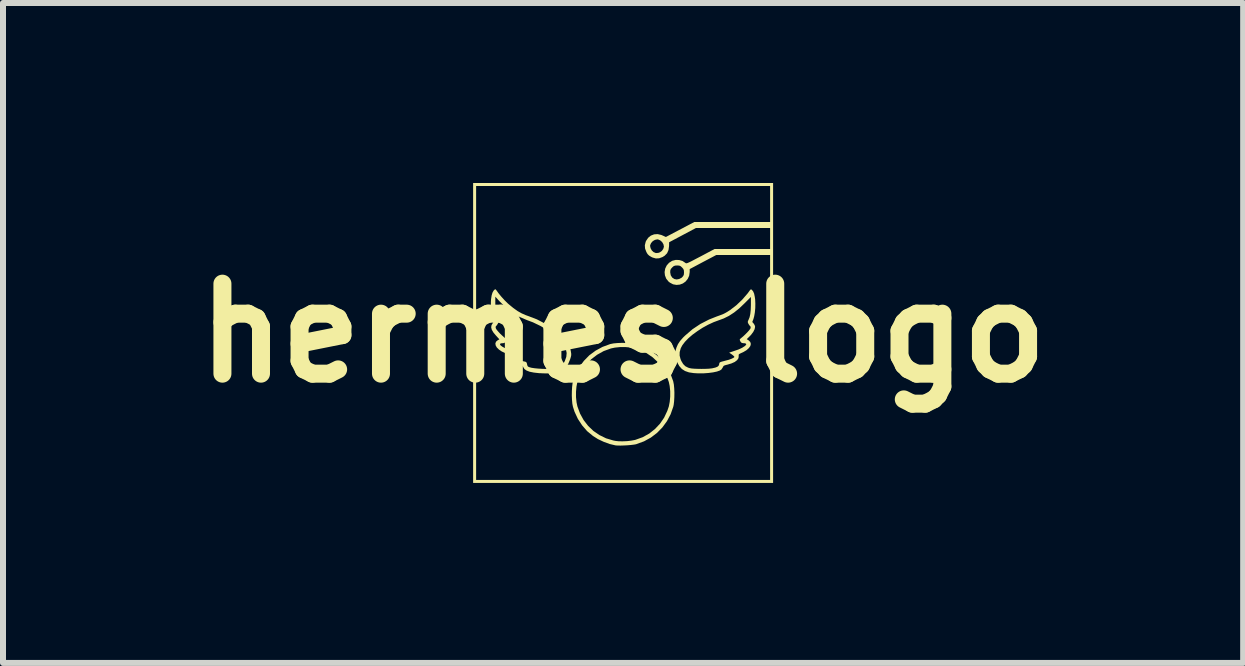
<source format=kicad_pcb>
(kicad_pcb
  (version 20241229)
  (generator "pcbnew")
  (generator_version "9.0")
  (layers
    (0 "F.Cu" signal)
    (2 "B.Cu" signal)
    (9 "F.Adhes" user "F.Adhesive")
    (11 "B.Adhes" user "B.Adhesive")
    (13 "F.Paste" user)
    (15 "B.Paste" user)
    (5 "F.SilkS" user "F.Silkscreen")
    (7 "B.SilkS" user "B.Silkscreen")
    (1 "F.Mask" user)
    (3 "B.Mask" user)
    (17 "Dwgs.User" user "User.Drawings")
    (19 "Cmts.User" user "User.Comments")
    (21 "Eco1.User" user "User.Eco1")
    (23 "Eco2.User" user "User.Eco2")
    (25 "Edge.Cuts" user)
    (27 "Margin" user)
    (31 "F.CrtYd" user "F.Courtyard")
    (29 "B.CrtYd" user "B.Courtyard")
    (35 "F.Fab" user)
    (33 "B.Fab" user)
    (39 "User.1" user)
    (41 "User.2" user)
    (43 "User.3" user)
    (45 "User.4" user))
  (footprint "hermes logo"
    (layer "F.Cu")
    (at 7.336 2.5)
    (property "Reference" "hermes logo" (at 0 0 0) (layer "F.SilkS") (effects (font (size 1.5 1.5) (thickness 0.3))))
    (attr board_only exclude_from_pos_files exclude_from_bom)
    (fp_poly (pts (xy 0.049 0.166) (xy 0.119 0.17) (xy 0.179 0.177) (xy 0.21 0.184) (xy 0.336 0.228) (xy 0.452 0.29) (xy 0.556 0.367) (xy 0.648 0.457) (xy 0.725 0.561) (xy 0.788 0.677) (xy 0.834 0.802) (xy 0.836 0.81) (xy 0.846 0.86) (xy 0.852 0.924) (xy 0.855 0.995) (xy 0.854 1.069) (xy 0.85 1.139) (xy 0.843 1.199) (xy 0.836 1.23) (xy 0.792 1.355) (xy 0.731 1.47) (xy 0.655 1.574) (xy 0.565 1.666) (xy 0.462 1.744) (xy 0.349 1.806) (xy 0.226 1.851) (xy 0.215 1.855) (xy 0.18 1.861) (xy 0.131 1.867) (xy 0.074 1.872) (xy 0.014 1.875) (xy -0.043 1.877) (xy -0.092 1.876) (xy -0.125 1.874) (xy -0.223 1.851) (xy -0.324 1.814) (xy -0.421 1.768) (xy -0.503 1.716) (xy -0.6 1.636) (xy -0.683 1.54) (xy -0.754 1.432) (xy -0.809 1.314) (xy -0.836 1.23) (xy -0.846 1.18) (xy -0.852 1.116) (xy -0.855 1.045) (xy -0.854 0.98) (xy -0.785 0.98) (xy -0.785 1.07) (xy -0.776 1.157) (xy -0.762 1.223) (xy -0.718 1.343) (xy -0.658 1.452) (xy -0.583 1.549) (xy -0.495 1.633) (xy -0.394 1.702) (xy -0.284 1.756) (xy -0.163 1.792) (xy -0.128 1.799) (xy -0.074 1.805) (xy -0.008 1.806) (xy 0.064 1.803) (xy 0.133 1.795) (xy 0.193 1.784) (xy 0.208 1.78) (xy 0.327 1.737) (xy 0.435 1.677) (xy 0.531 1.601) (xy 0.615 1.512) (xy 0.684 1.411) (xy 0.737 1.298) (xy 0.762 1.225) (xy 0.777 1.148) (xy 0.785 1.06) (xy 0.785 0.97) (xy 0.776 0.883) (xy 0.762 0.817) (xy 0.718 0.696) (xy 0.657 0.587) (xy 0.582 0.489) (xy 0.493 0.406) (xy 0.391 0.336) (xy 0.278 0.282) (xy 0.205 0.258) (xy 0.128 0.243) (xy 0.04 0.235) (xy -0.05 0.235) (xy -0.137 0.244) (xy -0.203 0.258) (xy -0.324 0.302) (xy -0.433 0.363) (xy -0.531 0.438) (xy -0.614 0.527) (xy -0.684 0.629) (xy -0.738 0.742) (xy -0.762 0.815) (xy -0.777 0.892) (xy -0.785 0.98) (xy -0.854 0.98) (xy -0.854 0.971) (xy -0.85 0.901) (xy -0.843 0.841) (xy -0.836 0.81) (xy -0.792 0.684) (xy -0.73 0.568) (xy -0.653 0.464) (xy -0.563 0.372) (xy -0.459 0.295) (xy -0.343 0.232) (xy -0.218 0.186) (xy -0.21 0.184) (xy -0.16 0.174) (xy -0.096 0.168) (xy -0.025 0.165)) (stroke (width 0) (type solid)) (fill yes) (layer "F.SilkS"))
    (fp_poly (pts (xy 2.5 0) (xy 2.5 2.5) (xy 0 2.5) (xy -2.5 2.5) (xy -2.5 0) (xy -2.45 0) (xy -2.45 2.45) (xy 0 2.45) (xy 2.45 2.45) (xy 2.45 0.575) (xy 2.45 -1.3) (xy 2.002 -1.3) (xy 1.554 -1.3) (xy 1.332 -1.183) (xy 1.11 -1.065) (xy 1.11 -1.017) (xy 1.101 -0.954) (xy 1.077 -0.901) (xy 1.041 -0.857) (xy 0.996 -0.825) (xy 0.944 -0.806) (xy 0.889 -0.801) (xy 0.833 -0.811) (xy 0.78 -0.839) (xy 0.756 -0.858) (xy 0.718 -0.906) (xy 0.697 -0.961) (xy 0.692 -1.011) (xy 0.785 -1.011) (xy 0.794 -0.962) (xy 0.819 -0.923) (xy 0.855 -0.899) (xy 0.893 -0.892) (xy 0.935 -0.9) (xy 0.974 -0.92) (xy 0.984 -0.929) (xy 1.004 -0.953) (xy 1.013 -0.976) (xy 1.015 -1.009) (xy 1.015 -1.01) (xy 1.013 -1.043) (xy 1.004 -1.067) (xy 0.984 -1.09) (xy 0.982 -1.092) (xy 0.959 -1.113) (xy 0.935 -1.123) (xy 0.903 -1.125) (xy 0.9 -1.125) (xy 0.867 -1.123) (xy 0.843 -1.114) (xy 0.82 -1.094) (xy 0.818 -1.092) (xy 0.797 -1.068) (xy 0.787 -1.045) (xy 0.785 -1.012) (xy 0.785 -1.011) (xy 0.692 -1.011) (xy 0.692 -1.018) (xy 0.702 -1.074) (xy 0.727 -1.126) (xy 0.766 -1.17) (xy 0.818 -1.203) (xy 0.822 -1.204) (xy 0.877 -1.218) (xy 0.935 -1.216) (xy 0.99 -1.2) (xy 1.035 -1.17) (xy 1.035 -1.17) (xy 1.041 -1.165) (xy 1.049 -1.162) (xy 1.059 -1.162) (xy 1.074 -1.166) (xy 1.097 -1.176) (xy 1.129 -1.191) (xy 1.173 -1.214) (xy 1.23 -1.244) (xy 1.29 -1.275) (xy 1.525 -1.4) (xy 1.988 -1.4) (xy 2.45 -1.4) (xy 2.45 -1.575) (xy 2.45 -1.75) (xy 1.832 -1.75) (xy 1.214 -1.75) (xy 0.991 -1.631) (xy 0.767 -1.512) (xy 0.766 -1.449) (xy 0.757 -1.383) (xy 0.733 -1.329) (xy 0.693 -1.288) (xy 0.658 -1.266) (xy 0.601 -1.245) (xy 0.547 -1.242) (xy 0.492 -1.257) (xy 0.469 -1.268) (xy 0.433 -1.29) (xy 0.408 -1.315) (xy 0.388 -1.349) (xy 0.366 -1.407) (xy 0.363 -1.45) (xy 0.45 -1.45) (xy 0.458 -1.413) (xy 0.478 -1.376) (xy 0.506 -1.349) (xy 0.508 -1.348) (xy 0.546 -1.332) (xy 0.587 -1.335) (xy 0.614 -1.345) (xy 0.646 -1.368) (xy 0.669 -1.401) (xy 0.68 -1.436) (xy 0.68 -1.44) (xy 0.672 -1.479) (xy 0.65 -1.516) (xy 0.618 -1.544) (xy 0.583 -1.559) (xy 0.57 -1.56) (xy 0.531 -1.552) (xy 0.494 -1.53) (xy 0.466 -1.498) (xy 0.451 -1.463) (xy 0.45 -1.45) (xy 0.363 -1.45) (xy 0.362 -1.461) (xy 0.376 -1.519) (xy 0.383 -1.535) (xy 0.418 -1.587) (xy 0.463 -1.623) (xy 0.517 -1.644) (xy 0.576 -1.648) (xy 0.639 -1.633) (xy 0.655 -1.626) (xy 0.713 -1.6) (xy 0.95 -1.725) (xy 1.187 -1.85) (xy 1.818 -1.85) (xy 2.45 -1.85) (xy 2.45 -2.15) (xy 2.45 -2.45) (xy 0 -2.45) (xy -2.45 -2.45) (xy -2.45 0) (xy -2.5 0) (xy -2.5 -2.5) (xy 0 -2.5) (xy 2.5 -2.5)) (stroke (width 0) (type solid)) (fill yes) (layer "F.SilkS"))
    (fp_poly (pts (xy 2.138 -0.725) (xy 2.145 -0.72) (xy 2.167 -0.694) (xy 2.184 -0.655) (xy 2.195 -0.601) (xy 2.201 -0.559) (xy 2.204 -0.49) (xy 2.203 -0.416) (xy 2.196 -0.343) (xy 2.185 -0.279) (xy 2.172 -0.232) (xy 2.153 -0.183) (xy 2.177 -0.156) (xy 2.193 -0.13) (xy 2.2 -0.104) (xy 2.2 -0.103) (xy 2.192 -0.063) (xy 2.169 -0.017) (xy 2.133 0.031) (xy 2.111 0.054) (xy 2.061 0.103) (xy 2.093 0.124) (xy 2.12 0.151) (xy 2.129 0.183) (xy 2.121 0.217) (xy 2.096 0.252) (xy 2.057 0.287) (xy 2.003 0.319) (xy 1.965 0.336) (xy 1.939 0.349) (xy 1.927 0.36) (xy 1.926 0.375) (xy 1.927 0.385) (xy 1.923 0.42) (xy 1.9 0.453) (xy 1.861 0.483) (xy 1.805 0.508) (xy 1.735 0.529) (xy 1.729 0.53) (xy 1.696 0.539) (xy 1.677 0.548) (xy 1.666 0.563) (xy 1.661 0.575) (xy 1.639 0.608) (xy 1.614 0.625) (xy 1.564 0.643) (xy 1.498 0.657) (xy 1.421 0.667) (xy 1.337 0.673) (xy 1.25 0.673) (xy 1.179 0.669) (xy 1.098 0.657) (xy 1.032 0.634) (xy 0.979 0.6) (xy 0.936 0.551) (xy 0.9 0.486) (xy 0.9 0.485) (xy 0.878 0.432) (xy 0.867 0.39) (xy 0.867 0.376) (xy 0.942 0.376) (xy 0.957 0.435) (xy 0.97 0.466) (xy 1.001 0.518) (xy 1.037 0.554) (xy 1.084 0.578) (xy 1.109 0.586) (xy 1.142 0.592) (xy 1.189 0.596) (xy 1.246 0.598) (xy 1.308 0.599) (xy 1.369 0.598) (xy 1.425 0.596) (xy 1.471 0.591) (xy 1.485 0.589) (xy 1.537 0.577) (xy 1.572 0.563) (xy 1.592 0.546) (xy 1.601 0.523) (xy 1.602 0.518) (xy 1.604 0.503) (xy 1.61 0.493) (xy 1.623 0.485) (xy 1.647 0.477) (xy 1.686 0.467) (xy 1.696 0.464) (xy 1.761 0.447) (xy 1.81 0.429) (xy 1.843 0.412) (xy 1.855 0.401) (xy 1.85 0.39) (xy 1.833 0.374) (xy 1.814 0.359) (xy 1.768 0.328) (xy 1.851 0.3) (xy 1.927 0.274) (xy 1.984 0.247) (xy 2.026 0.22) (xy 2.038 0.21) (xy 2.053 0.191) (xy 2.048 0.178) (xy 2.024 0.171) (xy 2.003 0.17) (xy 1.978 0.166) (xy 1.961 0.15) (xy 1.954 0.139) (xy 1.945 0.118) (xy 1.945 0.105) (xy 1.959 0.092) (xy 1.971 0.082) (xy 2.001 0.057) (xy 2.034 0.026) (xy 2.067 -0.007) (xy 2.096 -0.039) (xy 2.117 -0.066) (xy 2.126 -0.082) (xy 2.125 -0.105) (xy 2.118 -0.114) (xy 2.103 -0.13) (xy 2.088 -0.154) (xy 2.088 -0.154) (xy 2.079 -0.175) (xy 2.079 -0.193) (xy 2.089 -0.216) (xy 2.091 -0.22) (xy 2.108 -0.262) (xy 2.12 -0.316) (xy 2.127 -0.382) (xy 2.13 -0.466) (xy 2.13 -0.482) (xy 2.13 -0.6) (xy 2.027 -0.497) (xy 1.937 -0.411) (xy 1.85 -0.341) (xy 1.764 -0.285) (xy 1.677 -0.242) (xy 1.601 -0.214) (xy 1.509 -0.18) (xy 1.416 -0.137) (xy 1.325 -0.087) (xy 1.239 -0.031) (xy 1.159 0.027) (xy 1.089 0.087) (xy 1.031 0.147) (xy 0.987 0.205) (xy 0.961 0.254) (xy 0.943 0.318) (xy 0.942 0.376) (xy 0.867 0.376) (xy 0.865 0.35) (xy 0.871 0.307) (xy 0.889 0.244) (xy 0.914 0.187) (xy 0.95 0.133) (xy 1 0.076) (xy 1.034 0.043) (xy 1.156 -0.062) (xy 1.288 -0.15) (xy 1.432 -0.224) (xy 1.558 -0.274) (xy 1.616 -0.295) (xy 1.661 -0.312) (xy 1.698 -0.33) (xy 1.733 -0.35) (xy 1.772 -0.375) (xy 1.782 -0.381) (xy 1.886 -0.461) (xy 1.985 -0.555) (xy 2.075 -0.659) (xy 2.113 -0.711) (xy 2.127 -0.726)) (stroke (width 0) (type solid)) (fill yes) (layer "F.SilkS"))
    (fp_poly (pts (xy -2.12 -0.722) (xy -2.111 -0.71) (xy -2.075 -0.66) (xy -2.028 -0.603) (xy -1.977 -0.547) (xy -1.928 -0.498) (xy -1.909 -0.481) (xy -1.831 -0.417) (xy -1.76 -0.366) (xy -1.691 -0.327) (xy -1.62 -0.296) (xy -1.575 -0.28) (xy -1.437 -0.227) (xy -1.303 -0.157) (xy -1.176 -0.075) (xy -1.061 0.017) (xy -1.032 0.044) (xy -0.972 0.106) (xy -0.928 0.164) (xy -0.897 0.221) (xy -0.876 0.281) (xy -0.87 0.312) (xy -0.865 0.345) (xy -0.865 0.371) (xy -0.871 0.4) (xy -0.883 0.439) (xy -0.884 0.441) (xy -0.913 0.511) (xy -0.946 0.565) (xy -0.987 0.607) (xy -1.037 0.637) (xy -1.101 0.657) (xy -1.179 0.669) (xy -1.23 0.673) (xy -1.276 0.674) (xy -1.332 0.673) (xy -1.387 0.67) (xy -1.4 0.67) (xy -1.489 0.66) (xy -1.558 0.646) (xy -1.61 0.626) (xy -1.644 0.602) (xy -1.661 0.575) (xy -1.67 0.556) (xy -1.684 0.544) (xy -1.708 0.535) (xy -1.729 0.53) (xy -1.801 0.51) (xy -1.858 0.485) (xy -1.898 0.455) (xy -1.921 0.423) (xy -1.926 0.388) (xy -1.926 0.385) (xy -1.923 0.365) (xy -1.929 0.353) (xy -1.947 0.343) (xy -1.963 0.336) (xy -2.022 0.309) (xy -2.069 0.277) (xy -2.104 0.243) (xy -2.124 0.208) (xy -2.129 0.175) (xy -2.118 0.145) (xy -2.091 0.122) (xy -2.062 0.106) (xy -2.117 0.046) (xy -2.162 -0.008) (xy -2.189 -0.054) (xy -2.199 -0.095) (xy -2.193 -0.131) (xy -2.179 -0.154) (xy -2.167 -0.171) (xy -2.162 -0.185) (xy -2.165 -0.205) (xy -2.174 -0.233) (xy -2.189 -0.293) (xy -2.199 -0.365) (xy -2.204 -0.442) (xy -2.204 -0.483) (xy -2.13 -0.483) (xy -2.128 -0.396) (xy -2.121 -0.326) (xy -2.109 -0.269) (xy -2.091 -0.223) (xy -2.09 -0.22) (xy -2.079 -0.195) (xy -2.078 -0.178) (xy -2.087 -0.157) (xy -2.088 -0.155) (xy -2.103 -0.131) (xy -2.117 -0.115) (xy -2.117 -0.115) (xy -2.126 -0.102) (xy -2.122 -0.081) (xy -2.121 -0.077) (xy -2.108 -0.055) (xy -2.083 -0.025) (xy -2.051 0.01) (xy -2.015 0.044) (xy -1.981 0.075) (xy -1.971 0.082) (xy -1.951 0.098) (xy -1.944 0.111) (xy -1.948 0.126) (xy -1.954 0.139) (xy -1.97 0.161) (xy -1.991 0.169) (xy -2.003 0.17) (xy -2.037 0.173) (xy -2.052 0.183) (xy -2.049 0.198) (xy -2.038 0.21) (xy -2.014 0.228) (xy -1.976 0.249) (xy -1.93 0.271) (xy -1.883 0.291) (xy -1.838 0.307) (xy -1.827 0.31) (xy -1.8 0.319) (xy -1.783 0.327) (xy -1.78 0.33) (xy -1.788 0.339) (xy -1.807 0.355) (xy -1.822 0.365) (xy -1.864 0.393) (xy -1.841 0.411) (xy -1.817 0.425) (xy -1.78 0.439) (xy -1.735 0.454) (xy -1.687 0.467) (xy -1.648 0.475) (xy -1.621 0.482) (xy -1.608 0.495) (xy -1.604 0.508) (xy -1.597 0.539) (xy -1.589 0.556) (xy -1.576 0.565) (xy -1.564 0.57) (xy -1.527 0.58) (xy -1.475 0.588) (xy -1.413 0.594) (xy -1.345 0.598) (xy -1.277 0.6) (xy -1.213 0.599) (xy -1.158 0.595) (xy -1.12 0.589) (xy -1.063 0.57) (xy -1.019 0.538) (xy -0.984 0.491) (xy -0.971 0.466) (xy -0.947 0.399) (xy -0.941 0.334) (xy -0.954 0.27) (xy -0.986 0.206) (xy -1.038 0.14) (xy -1.048 0.128) (xy -1.143 0.04) (xy -1.253 -0.042) (xy -1.375 -0.116) (xy -1.504 -0.178) (xy -1.598 -0.213) (xy -1.725 -0.267) (xy -1.846 -0.339) (xy -1.961 -0.43) (xy -2.06 -0.528) (xy -2.13 -0.605) (xy -2.13 -0.483) (xy -2.204 -0.483) (xy -2.204 -0.517) (xy -2.201 -0.563) (xy -2.191 -0.627) (xy -2.177 -0.673) (xy -2.158 -0.706) (xy -2.144 -0.721) (xy -2.131 -0.729)) (stroke (width 0) (type solid)) (fill yes) (layer "F.SilkS")))
  (gr_rect
    (start -3 -3)
    (end 17.671 8)
    (stroke (width 0.1) (type default))
    (fill no)
    (layer "Edge.Cuts")))
</source>
